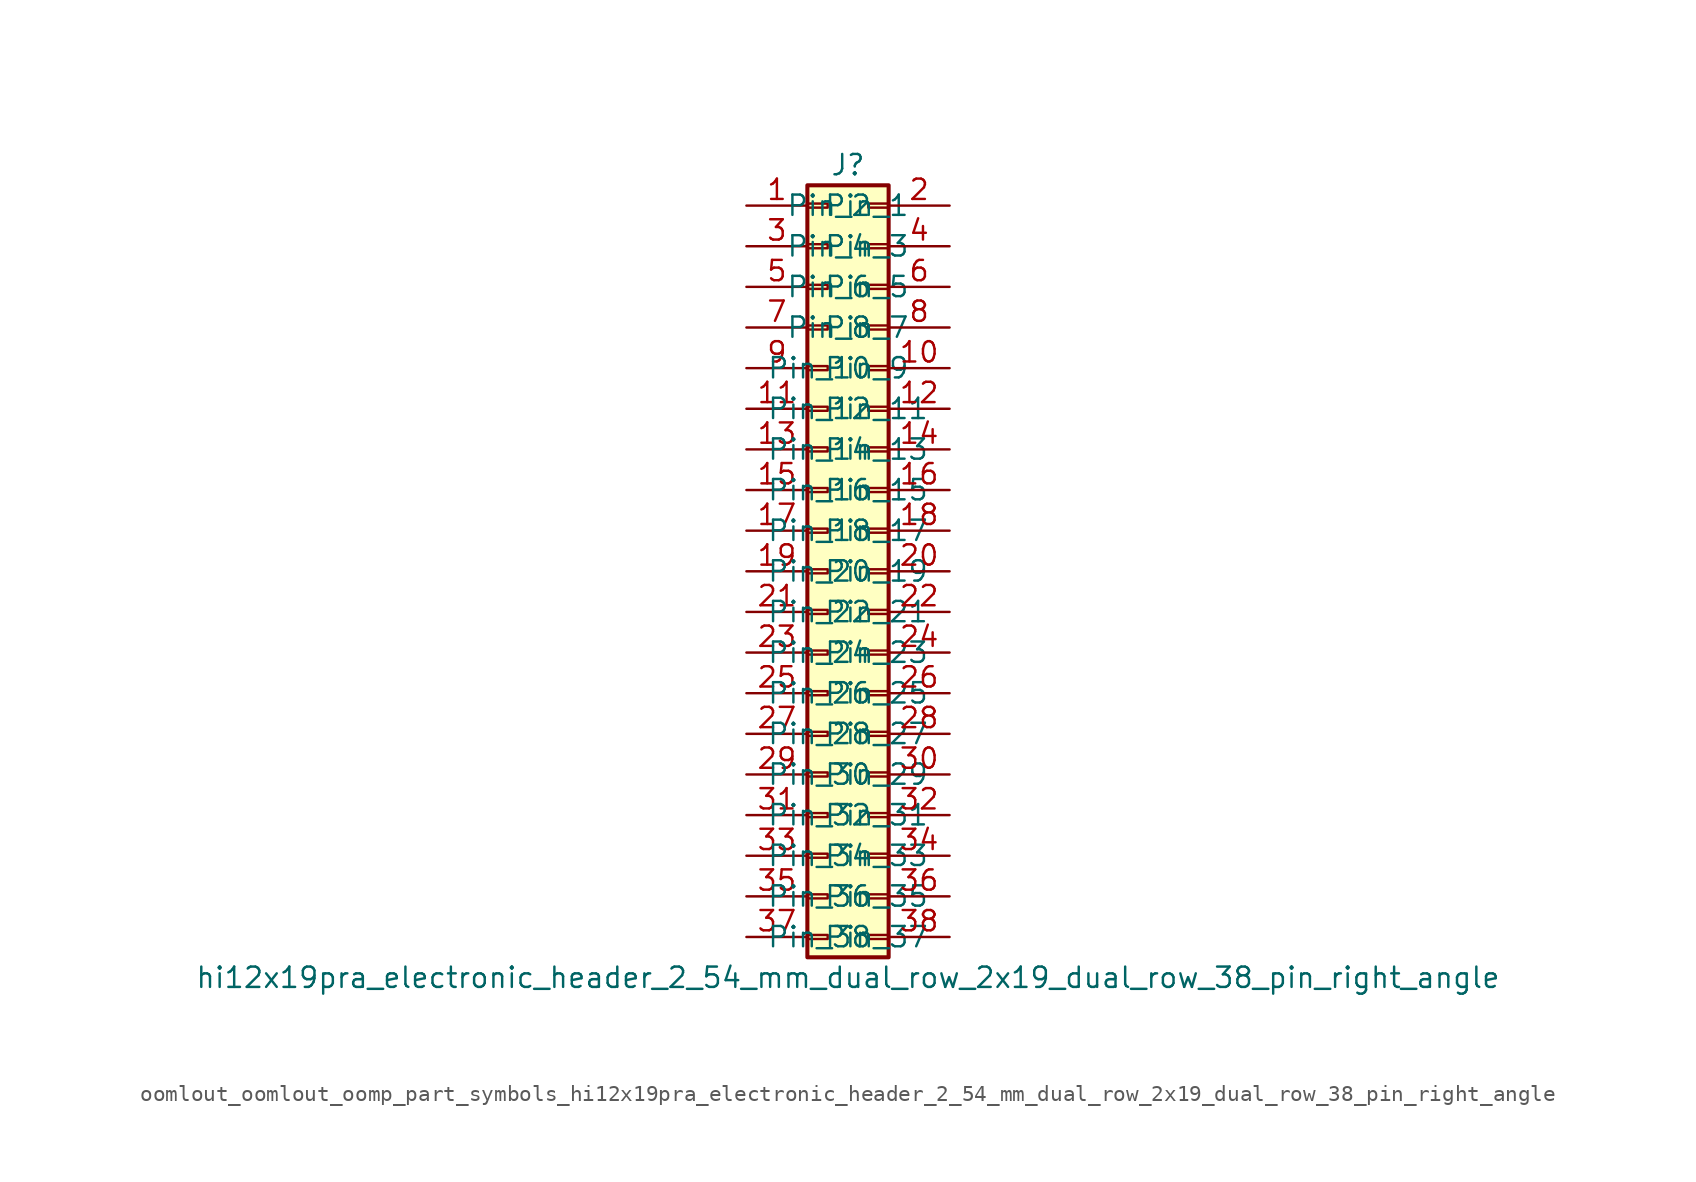
<source format=kicad_sym>
(kicad_symbol_lib
  (version 20220914)
  (generator kicad_symbol_editor)
  (symbol "oomlout_oomlout_oomp_part_symbols_hi12x19pra_electronic_header_2_54_mm_dual_row_2x19_dual_row_38_pin_right_angle"
    (pin_names
      (offset 1.016))
    (property "Reference" "J"
      (at 1.27 25.4 0)
      (effects (font (size 1.27 1.27))))
    (property "Value" "hi12x19pra_electronic_header_2_54_mm_dual_row_2x19_dual_row_38_pin_right_angle"
      (at 1.27 -25.4 0)
      (effects (font (size 1.27 1.27))))
    (symbol "oomlout_oomlout_oomp_part_symbols_hi12x19pra_electronic_header_2_54_mm_dual_row_2x19_dual_row_38_pin_right_angle_1_1"
      (rectangle (start -1.27 -22.733) (end 0 -22.987) (stroke (width 0.152) (type default)) (fill (type none)))
      (rectangle (start -1.27 -20.193) (end 0 -20.447) (stroke (width 0.152) (type default)) (fill (type none)))
      (rectangle (start -1.27 -17.653) (end 0 -17.907) (stroke (width 0.152) (type default)) (fill (type none)))
      (rectangle (start -1.27 -15.113) (end 0 -15.367) (stroke (width 0.152) (type default)) (fill (type none)))
      (rectangle (start -1.27 -12.573) (end 0 -12.827) (stroke (width 0.152) (type default)) (fill (type none)))
      (rectangle (start -1.27 -10.033) (end 0 -10.287) (stroke (width 0.152) (type default)) (fill (type none)))
      (rectangle (start -1.27 -7.493) (end 0 -7.747) (stroke (width 0.152) (type default)) (fill (type none)))
      (rectangle (start -1.27 -4.953) (end 0 -5.207) (stroke (width 0.152) (type default)) (fill (type none)))
      (rectangle (start -1.27 -2.413) (end 0 -2.667) (stroke (width 0.152) (type default)) (fill (type none)))
      (rectangle (start -1.27 0.127) (end 0 -0.127) (stroke (width 0.152) (type default)) (fill (type none)))
      (rectangle (start -1.27 2.667) (end 0 2.413) (stroke (width 0.152) (type default)) (fill (type none)))
      (rectangle (start -1.27 5.207) (end 0 4.953) (stroke (width 0.152) (type default)) (fill (type none)))
      (rectangle (start -1.27 7.747) (end 0 7.493) (stroke (width 0.152) (type default)) (fill (type none)))
      (rectangle (start -1.27 10.287) (end 0 10.033) (stroke (width 0.152) (type default)) (fill (type none)))
      (rectangle (start -1.27 12.827) (end 0 12.573) (stroke (width 0.152) (type default)) (fill (type none)))
      (rectangle (start -1.27 15.367) (end 0 15.113) (stroke (width 0.152) (type default)) (fill (type none)))
      (rectangle (start -1.27 17.907) (end 0 17.653) (stroke (width 0.152) (type default)) (fill (type none)))
      (rectangle (start -1.27 20.447) (end 0 20.193) (stroke (width 0.152) (type default)) (fill (type none)))
      (rectangle (start -1.27 22.987) (end 0 22.733) (stroke (width 0.152) (type default)) (fill (type none)))
      (rectangle (start -1.27 24.13) (end 3.81 -24.13) (stroke (width 0.254) (type default)) (fill (type background)))
      (rectangle (start 3.81 -22.733) (end 2.54 -22.987) (stroke (width 0.152) (type default)) (fill (type none)))
      (rectangle (start 3.81 -20.193) (end 2.54 -20.447) (stroke (width 0.152) (type default)) (fill (type none)))
      (rectangle (start 3.81 -17.653) (end 2.54 -17.907) (stroke (width 0.152) (type default)) (fill (type none)))
      (rectangle (start 3.81 -15.113) (end 2.54 -15.367) (stroke (width 0.152) (type default)) (fill (type none)))
      (rectangle (start 3.81 -12.573) (end 2.54 -12.827) (stroke (width 0.152) (type default)) (fill (type none)))
      (rectangle (start 3.81 -10.033) (end 2.54 -10.287) (stroke (width 0.152) (type default)) (fill (type none)))
      (rectangle (start 3.81 -7.493) (end 2.54 -7.747) (stroke (width 0.152) (type default)) (fill (type none)))
      (rectangle (start 3.81 -4.953) (end 2.54 -5.207) (stroke (width 0.152) (type default)) (fill (type none)))
      (rectangle (start 3.81 -2.413) (end 2.54 -2.667) (stroke (width 0.152) (type default)) (fill (type none)))
      (rectangle (start 3.81 0.127) (end 2.54 -0.127) (stroke (width 0.152) (type default)) (fill (type none)))
      (rectangle (start 3.81 2.667) (end 2.54 2.413) (stroke (width 0.152) (type default)) (fill (type none)))
      (rectangle (start 3.81 5.207) (end 2.54 4.953) (stroke (width 0.152) (type default)) (fill (type none)))
      (rectangle (start 3.81 7.747) (end 2.54 7.493) (stroke (width 0.152) (type default)) (fill (type none)))
      (rectangle (start 3.81 10.287) (end 2.54 10.033) (stroke (width 0.152) (type default)) (fill (type none)))
      (rectangle (start 3.81 12.827) (end 2.54 12.573) (stroke (width 0.152) (type default)) (fill (type none)))
      (rectangle (start 3.81 15.367) (end 2.54 15.113) (stroke (width 0.152) (type default)) (fill (type none)))
      (rectangle (start 3.81 17.907) (end 2.54 17.653) (stroke (width 0.152) (type default)) (fill (type none)))
      (rectangle (start 3.81 20.447) (end 2.54 20.193) (stroke (width 0.152) (type default)) (fill (type none)))
      (rectangle (start 3.81 22.987) (end 2.54 22.733) (stroke (width 0.152) (type default)) (fill (type none)))
      (pin passive line (at -5.08 22.86 0) (length 3.81) (name "Pin_1" (effects (font (size 1.27 1.27)))) (number "1" (effects (font (size 1.27 1.27)))))
      (pin passive line (at 7.62 12.7 180) (length 3.81) (name "Pin_10" (effects (font (size 1.27 1.27)))) (number "10" (effects (font (size 1.27 1.27)))))
      (pin passive line (at -5.08 10.16 0) (length 3.81) (name "Pin_11" (effects (font (size 1.27 1.27)))) (number "11" (effects (font (size 1.27 1.27)))))
      (pin passive line (at 7.62 10.16 180) (length 3.81) (name "Pin_12" (effects (font (size 1.27 1.27)))) (number "12" (effects (font (size 1.27 1.27)))))
      (pin passive line (at -5.08 7.62 0) (length 3.81) (name "Pin_13" (effects (font (size 1.27 1.27)))) (number "13" (effects (font (size 1.27 1.27)))))
      (pin passive line (at 7.62 7.62 180) (length 3.81) (name "Pin_14" (effects (font (size 1.27 1.27)))) (number "14" (effects (font (size 1.27 1.27)))))
      (pin passive line (at -5.08 5.08 0) (length 3.81) (name "Pin_15" (effects (font (size 1.27 1.27)))) (number "15" (effects (font (size 1.27 1.27)))))
      (pin passive line (at 7.62 5.08 180) (length 3.81) (name "Pin_16" (effects (font (size 1.27 1.27)))) (number "16" (effects (font (size 1.27 1.27)))))
      (pin passive line (at -5.08 2.54 0) (length 3.81) (name "Pin_17" (effects (font (size 1.27 1.27)))) (number "17" (effects (font (size 1.27 1.27)))))
      (pin passive line (at 7.62 2.54 180) (length 3.81) (name "Pin_18" (effects (font (size 1.27 1.27)))) (number "18" (effects (font (size 1.27 1.27)))))
      (pin passive line (at -5.08 0 0) (length 3.81) (name "Pin_19" (effects (font (size 1.27 1.27)))) (number "19" (effects (font (size 1.27 1.27)))))
      (pin passive line (at 7.62 22.86 180) (length 3.81) (name "Pin_2" (effects (font (size 1.27 1.27)))) (number "2" (effects (font (size 1.27 1.27)))))
      (pin passive line (at 7.62 0 180) (length 3.81) (name "Pin_20" (effects (font (size 1.27 1.27)))) (number "20" (effects (font (size 1.27 1.27)))))
      (pin passive line (at -5.08 -2.54 0) (length 3.81) (name "Pin_21" (effects (font (size 1.27 1.27)))) (number "21" (effects (font (size 1.27 1.27)))))
      (pin passive line (at 7.62 -2.54 180) (length 3.81) (name "Pin_22" (effects (font (size 1.27 1.27)))) (number "22" (effects (font (size 1.27 1.27)))))
      (pin passive line (at -5.08 -5.08 0) (length 3.81) (name "Pin_23" (effects (font (size 1.27 1.27)))) (number "23" (effects (font (size 1.27 1.27)))))
      (pin passive line (at 7.62 -5.08 180) (length 3.81) (name "Pin_24" (effects (font (size 1.27 1.27)))) (number "24" (effects (font (size 1.27 1.27)))))
      (pin passive line (at -5.08 -7.62 0) (length 3.81) (name "Pin_25" (effects (font (size 1.27 1.27)))) (number "25" (effects (font (size 1.27 1.27)))))
      (pin passive line (at 7.62 -7.62 180) (length 3.81) (name "Pin_26" (effects (font (size 1.27 1.27)))) (number "26" (effects (font (size 1.27 1.27)))))
      (pin passive line (at -5.08 -10.16 0) (length 3.81) (name "Pin_27" (effects (font (size 1.27 1.27)))) (number "27" (effects (font (size 1.27 1.27)))))
      (pin passive line (at 7.62 -10.16 180) (length 3.81) (name "Pin_28" (effects (font (size 1.27 1.27)))) (number "28" (effects (font (size 1.27 1.27)))))
      (pin passive line (at -5.08 -12.7 0) (length 3.81) (name "Pin_29" (effects (font (size 1.27 1.27)))) (number "29" (effects (font (size 1.27 1.27)))))
      (pin passive line (at -5.08 20.32 0) (length 3.81) (name "Pin_3" (effects (font (size 1.27 1.27)))) (number "3" (effects (font (size 1.27 1.27)))))
      (pin passive line (at 7.62 -12.7 180) (length 3.81) (name "Pin_30" (effects (font (size 1.27 1.27)))) (number "30" (effects (font (size 1.27 1.27)))))
      (pin passive line (at -5.08 -15.24 0) (length 3.81) (name "Pin_31" (effects (font (size 1.27 1.27)))) (number "31" (effects (font (size 1.27 1.27)))))
      (pin passive line (at 7.62 -15.24 180) (length 3.81) (name "Pin_32" (effects (font (size 1.27 1.27)))) (number "32" (effects (font (size 1.27 1.27)))))
      (pin passive line (at -5.08 -17.78 0) (length 3.81) (name "Pin_33" (effects (font (size 1.27 1.27)))) (number "33" (effects (font (size 1.27 1.27)))))
      (pin passive line (at 7.62 -17.78 180) (length 3.81) (name "Pin_34" (effects (font (size 1.27 1.27)))) (number "34" (effects (font (size 1.27 1.27)))))
      (pin passive line (at -5.08 -20.32 0) (length 3.81) (name "Pin_35" (effects (font (size 1.27 1.27)))) (number "35" (effects (font (size 1.27 1.27)))))
      (pin passive line (at 7.62 -20.32 180) (length 3.81) (name "Pin_36" (effects (font (size 1.27 1.27)))) (number "36" (effects (font (size 1.27 1.27)))))
      (pin passive line (at -5.08 -22.86 0) (length 3.81) (name "Pin_37" (effects (font (size 1.27 1.27)))) (number "37" (effects (font (size 1.27 1.27)))))
      (pin passive line (at 7.62 -22.86 180) (length 3.81) (name "Pin_38" (effects (font (size 1.27 1.27)))) (number "38" (effects (font (size 1.27 1.27)))))
      (pin passive line (at 7.62 20.32 180) (length 3.81) (name "Pin_4" (effects (font (size 1.27 1.27)))) (number "4" (effects (font (size 1.27 1.27)))))
      (pin passive line (at -5.08 17.78 0) (length 3.81) (name "Pin_5" (effects (font (size 1.27 1.27)))) (number "5" (effects (font (size 1.27 1.27)))))
      (pin passive line (at 7.62 17.78 180) (length 3.81) (name "Pin_6" (effects (font (size 1.27 1.27)))) (number "6" (effects (font (size 1.27 1.27)))))
      (pin passive line (at -5.08 15.24 0) (length 3.81) (name "Pin_7" (effects (font (size 1.27 1.27)))) (number "7" (effects (font (size 1.27 1.27)))))
      (pin passive line (at 7.62 15.24 180) (length 3.81) (name "Pin_8" (effects (font (size 1.27 1.27)))) (number "8" (effects (font (size 1.27 1.27)))))
      (pin passive line (at -5.08 12.7 0) (length 3.81) (name "Pin_9" (effects (font (size 1.27 1.27)))) (number "9" (effects (font (size 1.27 1.27))))))))
</source>
